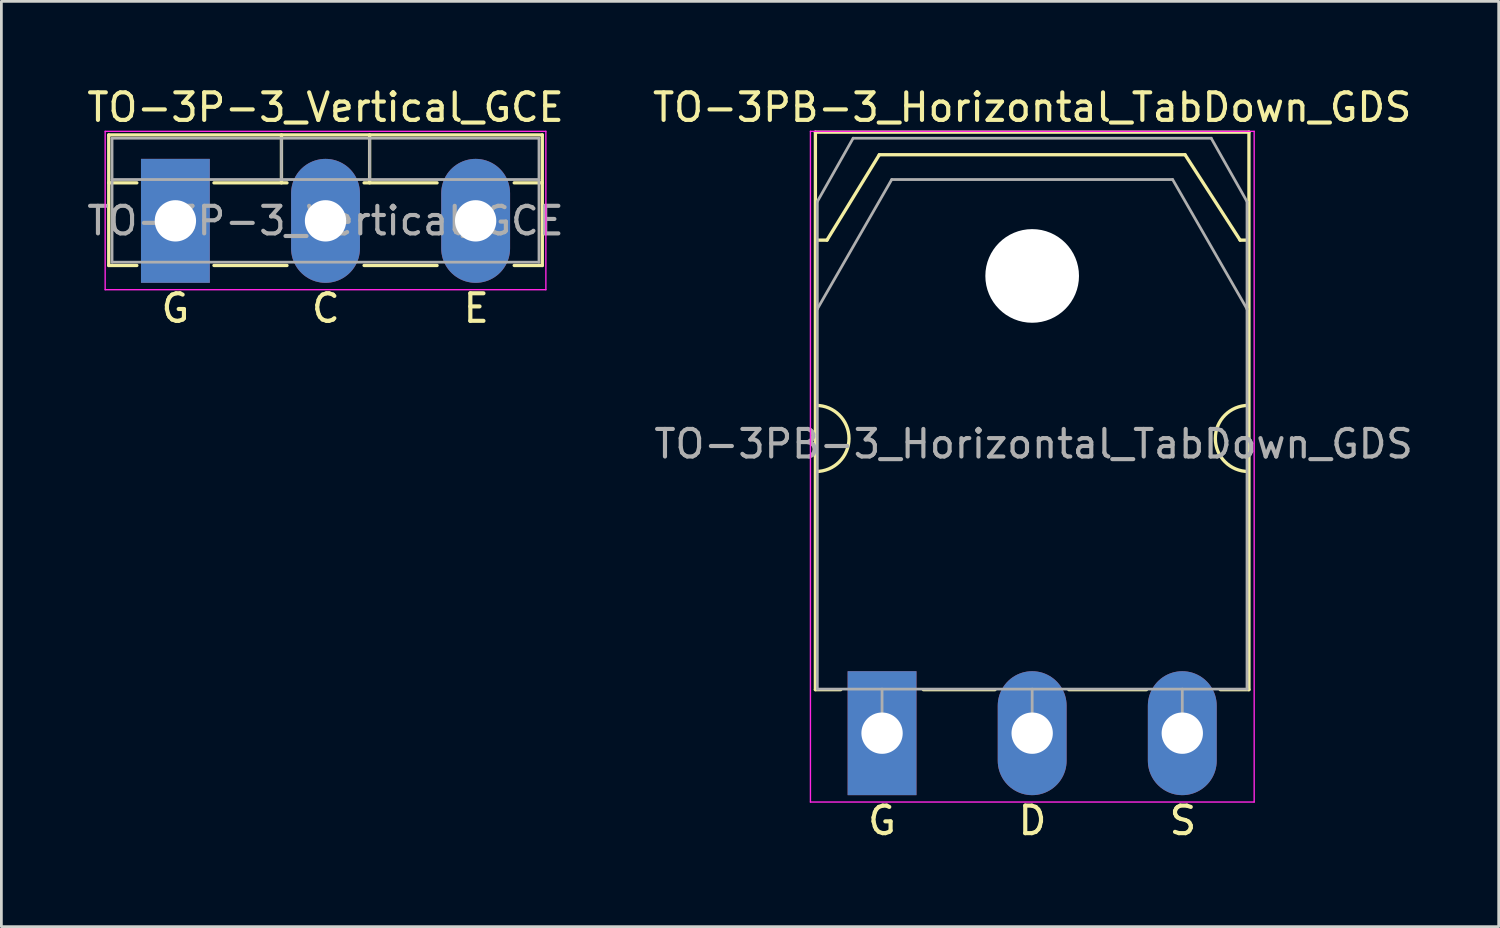
<source format=kicad_pcb>
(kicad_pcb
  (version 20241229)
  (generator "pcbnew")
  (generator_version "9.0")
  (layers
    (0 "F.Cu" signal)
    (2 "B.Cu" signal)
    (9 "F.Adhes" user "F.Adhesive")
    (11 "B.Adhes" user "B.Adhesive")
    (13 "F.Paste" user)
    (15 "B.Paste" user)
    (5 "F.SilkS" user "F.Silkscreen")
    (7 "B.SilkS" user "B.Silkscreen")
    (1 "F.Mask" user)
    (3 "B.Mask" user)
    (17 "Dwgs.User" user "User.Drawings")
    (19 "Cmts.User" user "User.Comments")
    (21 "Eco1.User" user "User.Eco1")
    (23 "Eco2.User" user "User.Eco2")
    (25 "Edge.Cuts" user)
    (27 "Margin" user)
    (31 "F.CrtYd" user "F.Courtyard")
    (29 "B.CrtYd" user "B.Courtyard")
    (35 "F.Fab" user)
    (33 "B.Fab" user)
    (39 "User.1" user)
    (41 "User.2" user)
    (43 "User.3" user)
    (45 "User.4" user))
  (footprint "TO-3P-3_Vertical_GCE"
    (layer "F.Cu")
    (at 3.318 4.968)
    (property "Reference" "TO-3P-3_Vertical_GCE" (at 5.45 -4.12 0) (layer "F.SilkS") (effects (font (size 1 1) (thickness 0.15))))
    (fp_line (start -2.42 -3.12) (end -2.42 1.62) (stroke (width 0.12) (type solid)) (layer "F.SilkS"))
    (fp_line (start -2.42 -3.12) (end 13.32 -3.12) (stroke (width 0.12) (type solid)) (layer "F.SilkS"))
    (fp_line (start -2.42 -1.38) (end -1.4 -1.38) (stroke (width 0.12) (type solid)) (layer "F.SilkS"))
    (fp_line (start -2.42 1.62) (end -1.4 1.62) (stroke (width 0.12) (type solid)) (layer "F.SilkS"))
    (fp_line (start 1.4 -1.38) (end 4.051 -1.38) (stroke (width 0.12) (type solid)) (layer "F.SilkS"))
    (fp_line (start 1.4 1.62) (end 4.051 1.62) (stroke (width 0.12) (type solid)) (layer "F.SilkS"))
    (fp_line (start 3.85 -3.12) (end 3.85 -1.38) (stroke (width 0.12) (type solid)) (layer "F.SilkS"))
    (fp_line (start 6.85 -1.38) (end 9.5 -1.38) (stroke (width 0.12) (type solid)) (layer "F.SilkS"))
    (fp_line (start 6.85 1.62) (end 9.5 1.62) (stroke (width 0.12) (type solid)) (layer "F.SilkS"))
    (fp_line (start 7.051 -3.12) (end 7.051 -1.38) (stroke (width 0.12) (type solid)) (layer "F.SilkS"))
    (fp_line (start 12.3 -1.38) (end 13.32 -1.38) (stroke (width 0.12) (type solid)) (layer "F.SilkS"))
    (fp_line (start 12.3 1.62) (end 13.32 1.62) (stroke (width 0.12) (type solid)) (layer "F.SilkS"))
    (fp_line (start 13.32 -3.12) (end 13.32 1.62) (stroke (width 0.12) (type solid)) (layer "F.SilkS"))
    (fp_line (start -2.55 -3.25) (end -2.55 2.5) (stroke (width 0.05) (type solid)) (layer "F.CrtYd"))
    (fp_line (start -2.55 2.5) (end 13.45 2.5) (stroke (width 0.05) (type solid)) (layer "F.CrtYd"))
    (fp_line (start 13.45 -3.25) (end -2.55 -3.25) (stroke (width 0.05) (type solid)) (layer "F.CrtYd"))
    (fp_line (start 13.45 2.5) (end 13.45 -3.25) (stroke (width 0.05) (type solid)) (layer "F.CrtYd"))
    (fp_line (start -2.3 -3) (end -2.3 1.5) (stroke (width 0.1) (type solid)) (layer "F.Fab"))
    (fp_line (start -2.3 -1.5) (end 13.2 -1.5) (stroke (width 0.1) (type solid)) (layer "F.Fab"))
    (fp_line (start -2.3 1.5) (end 13.2 1.5) (stroke (width 0.1) (type solid)) (layer "F.Fab"))
    (fp_line (start 3.85 -3) (end 3.85 -1.5) (stroke (width 0.1) (type solid)) (layer "F.Fab"))
    (fp_line (start 7.05 -3) (end 7.05 -1.5) (stroke (width 0.1) (type solid)) (layer "F.Fab"))
    (fp_line (start 13.2 -3) (end -2.3 -3) (stroke (width 0.1) (type solid)) (layer "F.Fab"))
    (fp_line (start 13.2 1.5) (end 13.2 -3) (stroke (width 0.1) (type solid)) (layer "F.Fab"))
    (fp_text user "C" (at 5.461 3.175 0) (unlocked yes) (layer "F.SilkS") (effects (font (size 1 1) (thickness 0.15))))
    (fp_text user "E" (at 10.922 3.175 0) (unlocked yes) (layer "F.SilkS") (effects (font (size 1 1) (thickness 0.15))))
    (fp_text user "G" (at 0 3.175 0) (unlocked yes) (layer "F.SilkS") (effects (font (size 1 1) (thickness 0.15))))
    (fp_text user "${REFERENCE}" (at 5.45 0 0) (layer "F.Fab") (effects (font (size 1 1) (thickness 0.15))))
    (pad "1" thru_hole rect (at 0 0) (size 2.5 4.5) (drill 1.5) (layers "*.Cu" "*.Mask"))
    (pad "2" thru_hole oval (at 5.45 0) (size 2.5 4.5) (drill 1.5) (layers "*.Cu" "*.Mask"))
    (pad "3" thru_hole oval (at 10.9 0) (size 2.5 4.5) (drill 1.5) (layers "*.Cu" "*.Mask")))
  (footprint "TO-3PB-3_Horizontal_TabDown_GDS"
    (layer "F.Cu")
    (at 28.973 23.568)
    (property "Reference" "TO-3PB-3_Horizontal_TabDown_GDS" (at 5.45 -22.72 0) (layer "F.SilkS") (effects (font (size 1 1) (thickness 0.15))))
    (fp_line (start -2.42 -21.82) (end -2.42 -1.58) (stroke (width 0.12) (type solid)) (layer "F.SilkS"))
    (fp_line (start -2.42 -21.82) (end 13.32 -21.82) (stroke (width 0.12) (type solid)) (layer "F.SilkS"))
    (fp_line (start -2.42 -1.58) (end -1.5 -1.58) (stroke (width 0.12) (type solid)) (layer "F.SilkS"))
    (fp_line (start -2 -17.9) (end -2.4 -17.9) (stroke (width 0.12) (type solid)) (layer "F.SilkS"))
    (fp_line (start -2 -17.9) (end -0.1 -21) (stroke (width 0.12) (type solid)) (layer "F.SilkS"))
    (fp_line (start -0.1 -21) (end 11 -21) (stroke (width 0.12) (type solid)) (layer "F.SilkS"))
    (fp_line (start 1.5 -1.58) (end 4.1 -1.58) (stroke (width 0.12) (type solid)) (layer "F.SilkS"))
    (fp_line (start 6.78 -1.58) (end 9.6 -1.58) (stroke (width 0.12) (type solid)) (layer "F.SilkS"))
    (fp_line (start 11 -21) (end 13 -17.9) (stroke (width 0.12) (type solid)) (layer "F.SilkS"))
    (fp_line (start 12.28 -1.58) (end 13.32 -1.58) (stroke (width 0.12) (type solid)) (layer "F.SilkS"))
    (fp_line (start 13 -17.9) (end 13.3 -17.9) (stroke (width 0.12) (type solid)) (layer "F.SilkS"))
    (fp_line (start 13.32 -21.82) (end 13.32 -1.58) (stroke (width 0.12) (type solid)) (layer "F.SilkS"))
    (fp_arc (start -2.4 -11.9) (mid -1.2 -10.7) (end -2.4 -9.5) (stroke (width 0.12) (type solid)) (layer "F.SilkS"))
    (fp_arc (start 13.3 -9.5) (mid 12.1 -10.7) (end 13.3 -11.9) (stroke (width 0.12) (type solid)) (layer "F.SilkS"))
    (fp_line (start -2.6 -21.85) (end -2.6 2.5) (stroke (width 0.05) (type solid)) (layer "F.CrtYd"))
    (fp_line (start -2.6 2.5) (end 13.51 2.5) (stroke (width 0.05) (type solid)) (layer "F.CrtYd"))
    (fp_line (start 13.51 -21.85) (end -2.6 -21.85) (stroke (width 0.05) (type solid)) (layer "F.CrtYd"))
    (fp_line (start 13.51 2.5) (end 13.51 -21.85) (stroke (width 0.05) (type solid)) (layer "F.CrtYd"))
    (fp_line (start -2.35 -19.3) (end -1.05 -21.6) (stroke (width 0.1) (type solid)) (layer "F.Fab"))
    (fp_line (start -2.35 -15.401) (end -2.35 -19.3) (stroke (width 0.1) (type solid)) (layer "F.Fab"))
    (fp_line (start -2.35 -15.401) (end 0.351 -20.1) (stroke (width 0.1) (type solid)) (layer "F.Fab"))
    (fp_line (start -2.35 -1.6) (end -2.35 -15.401) (stroke (width 0.1) (type solid)) (layer "F.Fab"))
    (fp_line (start -1.05 -21.6) (end 11.95 -21.6) (stroke (width 0.1) (type solid)) (layer "F.Fab"))
    (fp_line (start 0 -1.6) (end 0 0) (stroke (width 0.1) (type solid)) (layer "F.Fab"))
    (fp_line (start 0.351 -20.1) (end 10.55 -20.1) (stroke (width 0.1) (type solid)) (layer "F.Fab"))
    (fp_line (start 5.45 -1.6) (end 5.45 0) (stroke (width 0.1) (type solid)) (layer "F.Fab"))
    (fp_line (start 10.55 -20.1) (end 13.25 -15.401) (stroke (width 0.1) (type solid)) (layer "F.Fab"))
    (fp_line (start 10.9 -1.6) (end 10.9 0) (stroke (width 0.1) (type solid)) (layer "F.Fab"))
    (fp_line (start 11.95 -21.6) (end 13.25 -19.3) (stroke (width 0.1) (type solid)) (layer "F.Fab"))
    (fp_line (start 13.25 -19.3) (end 13.25 -15.401) (stroke (width 0.1) (type solid)) (layer "F.Fab"))
    (fp_line (start 13.25 -15.401) (end 13.25 -1.6) (stroke (width 0.1) (type solid)) (layer "F.Fab"))
    (fp_line (start 13.25 -1.6) (end -2.35 -1.6) (stroke (width 0.1) (type solid)) (layer "F.Fab"))
    (fp_circle (center 5.45 -16.6) (end 7.05 -16.6) (stroke (width 0.1) (type solid)) (fill no) (layer "F.Fab"))
    (fp_text user "D" (at 5.461 3.175 0) (unlocked yes) (layer "F.SilkS") (effects (font (size 1 1) (thickness 0.15))))
    (fp_text user "G" (at 0 3.175 0) (unlocked yes) (layer "F.SilkS") (effects (font (size 1 1) (thickness 0.15))))
    (fp_text user "S" (at 10.922 3.175 0) (unlocked yes) (layer "F.SilkS") (effects (font (size 1 1) (thickness 0.15))))
    (fp_text user "${REFERENCE}" (at 5.5 -10.5 0) (layer "F.Fab") (effects (font (size 1 1) (thickness 0.15))))
    (pad "" np_thru_hole oval (at 5.45 -16.6) (size 3.4 3.4) (drill 3.4) (layers "*.Cu" "*.Mask"))
    (pad "1" thru_hole rect (at 0 0) (size 2.5 4.5) (drill 1.5) (layers "*.Cu" "*.Mask"))
    (pad "2" thru_hole oval (at 5.45 0) (size 2.5 4.5) (drill 1.5) (layers "*.Cu" "*.Mask"))
    (pad "3" thru_hole oval (at 10.9 0) (size 2.5 4.5) (drill 1.5) (layers "*.Cu" "*.Mask")))
  (gr_rect
    (start -3 -3)
    (end 51.36 30.591)
    (stroke (width 0.1) (type default))
    (fill no)
    (layer "Edge.Cuts")))
</source>
